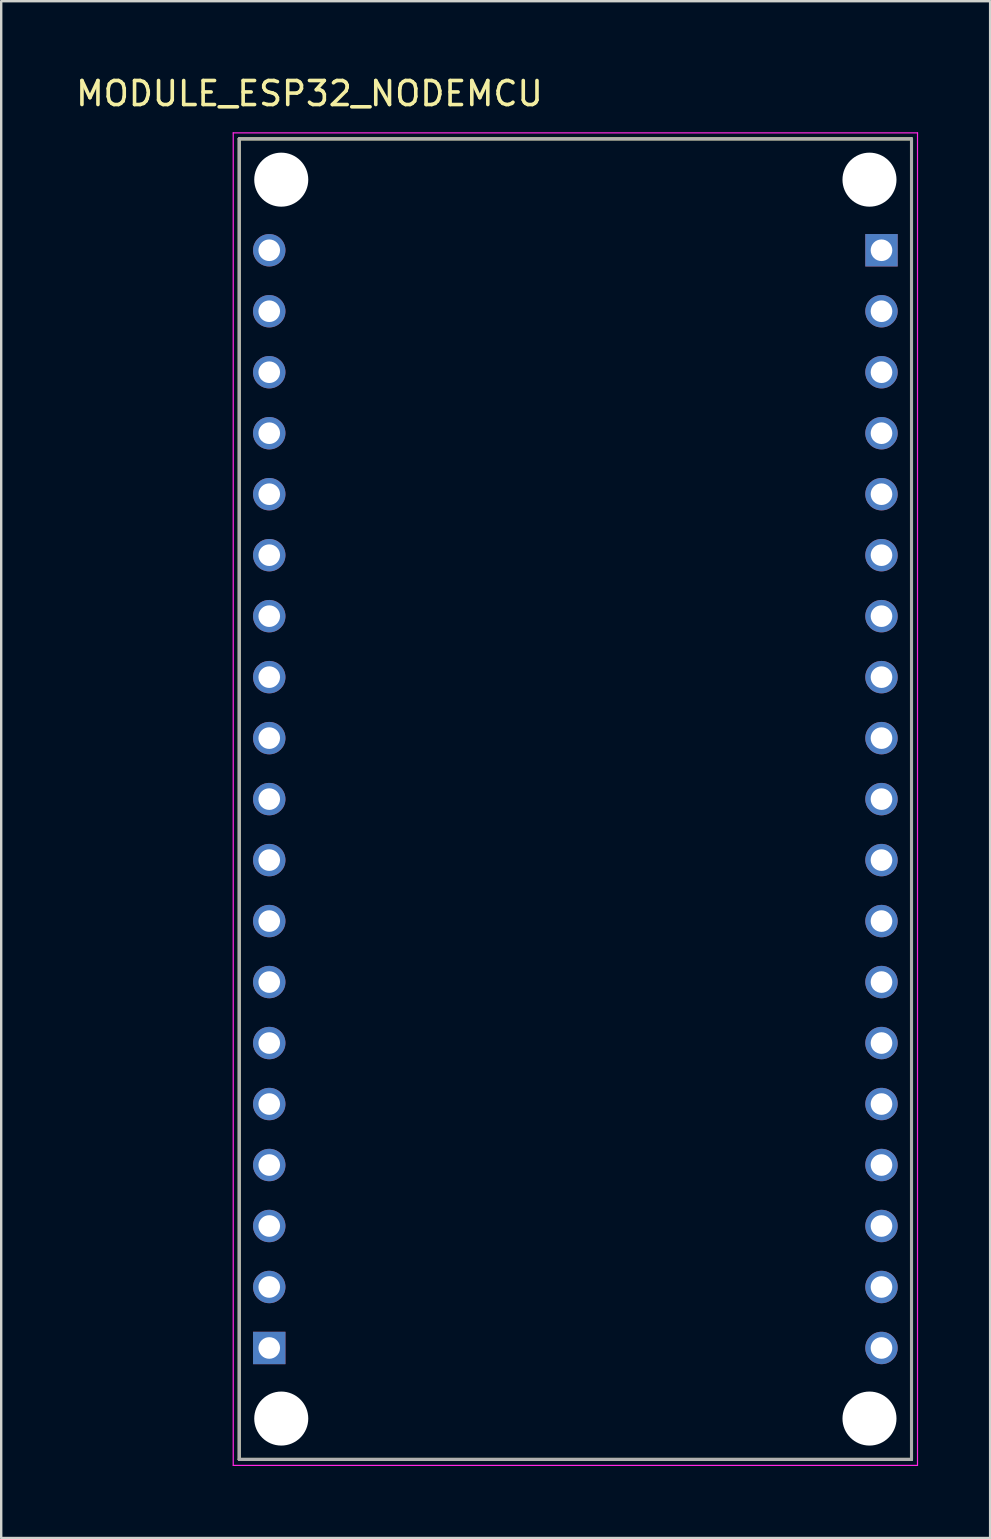
<source format=kicad_pcb>
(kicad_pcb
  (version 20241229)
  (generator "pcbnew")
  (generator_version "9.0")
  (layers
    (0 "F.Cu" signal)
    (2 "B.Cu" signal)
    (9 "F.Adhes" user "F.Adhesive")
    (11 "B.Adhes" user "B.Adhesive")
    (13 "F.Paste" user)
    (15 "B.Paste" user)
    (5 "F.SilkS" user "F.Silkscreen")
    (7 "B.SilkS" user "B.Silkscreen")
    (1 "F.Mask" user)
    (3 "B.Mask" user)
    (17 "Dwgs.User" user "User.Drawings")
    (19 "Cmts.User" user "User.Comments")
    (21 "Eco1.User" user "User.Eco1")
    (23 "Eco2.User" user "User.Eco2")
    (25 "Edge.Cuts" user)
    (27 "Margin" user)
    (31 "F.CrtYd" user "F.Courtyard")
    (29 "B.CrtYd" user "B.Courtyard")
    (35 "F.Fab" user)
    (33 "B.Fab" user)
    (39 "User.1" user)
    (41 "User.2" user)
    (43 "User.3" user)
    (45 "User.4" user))
  (footprint "MODULE_ESP32_NODEMCU"
    (layer "F.Cu")
    (at 20.914 30.233)
    (property "Reference" "MODULE_ESP32_NODEMCU" (at -11.075 -29.385 180) (layer "F.SilkS") (effects (font (size 1 1) (thickness 0.15))))
    (attr through_hole)
    (fp_line (start -14 27.5) (end -14 -27.5) (stroke (width 0.127) (type solid)) (layer "F.SilkS"))
    (fp_line (start 14 -27.5) (end -14 -27.5) (stroke (width 0.127) (type solid)) (layer "F.SilkS"))
    (fp_line (start 14 27.5) (end -14 27.5) (stroke (width 0.127) (type solid)) (layer "F.SilkS"))
    (fp_line (start 14 27.5) (end 14 -27.5) (stroke (width 0.127) (type solid)) (layer "F.SilkS"))
    (fp_line (start -14.25 -27.75) (end 14.25 -27.75) (stroke (width 0.05) (type solid)) (layer "F.CrtYd"))
    (fp_line (start -14.25 27.75) (end -14.25 -27.75) (stroke (width 0.05) (type solid)) (layer "F.CrtYd"))
    (fp_line (start 14.25 -27.75) (end 14.25 27.75) (stroke (width 0.05) (type solid)) (layer "F.CrtYd"))
    (fp_line (start 14.25 27.75) (end -14.25 27.75) (stroke (width 0.05) (type solid)) (layer "F.CrtYd"))
    (fp_line (start -14 -27.5) (end -14 27.5) (stroke (width 0.127) (type solid)) (layer "F.Fab"))
    (fp_line (start -14 27.5) (end 14 27.5) (stroke (width 0.127) (type solid)) (layer "F.Fab"))
    (fp_line (start 14 -27.5) (end -14 -27.5) (stroke (width 0.127) (type solid)) (layer "F.Fab"))
    (fp_line (start 14 27.5) (end 14 -27.5) (stroke (width 0.127) (type solid)) (layer "F.Fab"))
    (pad "" np_thru_hole circle (at -12.25 -25.8) (size 2.25 2.25) (drill 2.25) (layers "*.Cu" "*.Mask"))
    (pad "" np_thru_hole circle (at -12.25 25.8) (size 2.25 2.25) (drill 2.25) (layers "*.Cu" "*.Mask"))
    (pad "" np_thru_hole circle (at 12.25 -25.8) (size 2.25 2.25) (drill 2.25) (layers "*.Cu" "*.Mask"))
    (pad "" np_thru_hole circle (at 12.25 25.8) (size 2.25 2.25) (drill 2.25) (layers "*.Cu" "*.Mask"))
    (pad "J4_1" thru_hole rect (at 12.75 -22.86) (size 1.35 1.35) (drill 0.9) (layers "*.Cu" "*.Mask"))
    (pad "J4_2" thru_hole circle (at 12.75 -20.32) (size 1.35 1.35) (drill 0.9) (layers "*.Cu" "*.Mask"))
    (pad "J4_3" thru_hole circle (at 12.75 -17.78) (size 1.35 1.35) (drill 0.9) (layers "*.Cu" "*.Mask"))
    (pad "J4_4" thru_hole circle (at 12.75 -15.24) (size 1.35 1.35) (drill 0.9) (layers "*.Cu" "*.Mask"))
    (pad "J4_5" thru_hole circle (at 12.75 -12.7) (size 1.35 1.35) (drill 0.9) (layers "*.Cu" "*.Mask"))
    (pad "J4_6" thru_hole circle (at 12.75 -10.16) (size 1.35 1.35) (drill 0.9) (layers "*.Cu" "*.Mask"))
    (pad "J4_7" thru_hole circle (at 12.75 -7.62) (size 1.35 1.35) (drill 0.9) (layers "*.Cu" "*.Mask"))
    (pad "J4_8" thru_hole circle (at 12.75 -5.08) (size 1.35 1.35) (drill 0.9) (layers "*.Cu" "*.Mask"))
    (pad "J4_9" thru_hole circle (at 12.75 -2.54) (size 1.35 1.35) (drill 0.9) (layers "*.Cu" "*.Mask"))
    (pad "J4_10" thru_hole circle (at 12.75 0) (size 1.35 1.35) (drill 0.9) (layers "*.Cu" "*.Mask"))
    (pad "J4_11" thru_hole circle (at 12.75 2.54) (size 1.35 1.35) (drill 0.9) (layers "*.Cu" "*.Mask"))
    (pad "J4_12" thru_hole circle (at 12.75 5.08) (size 1.35 1.35) (drill 0.9) (layers "*.Cu" "*.Mask"))
    (pad "J4_13" thru_hole circle (at 12.75 7.62) (size 1.35 1.35) (drill 0.9) (layers "*.Cu" "*.Mask"))
    (pad "J4_14" thru_hole circle (at 12.75 10.16) (size 1.35 1.35) (drill 0.9) (layers "*.Cu" "*.Mask"))
    (pad "J4_15" thru_hole circle (at 12.75 12.7) (size 1.35 1.35) (drill 0.9) (layers "*.Cu" "*.Mask"))
    (pad "J4_16" thru_hole circle (at 12.75 15.24) (size 1.35 1.35) (drill 0.9) (layers "*.Cu" "*.Mask"))
    (pad "J4_17" thru_hole circle (at 12.75 17.78) (size 1.35 1.35) (drill 0.9) (layers "*.Cu" "*.Mask"))
    (pad "J4_18" thru_hole circle (at 12.75 20.32) (size 1.35 1.35) (drill 0.9) (layers "*.Cu" "*.Mask"))
    (pad "J4_19" thru_hole circle (at 12.75 22.86) (size 1.35 1.35) (drill 0.9) (layers "*.Cu" "*.Mask"))
    (pad "J5_1" thru_hole rect (at -12.75 22.86) (size 1.35 1.35) (drill 0.9) (layers "*.Cu" "*.Mask"))
    (pad "J5_2" thru_hole circle (at -12.75 20.32) (size 1.35 1.35) (drill 0.9) (layers "*.Cu" "*.Mask"))
    (pad "J5_3" thru_hole circle (at -12.75 17.78) (size 1.35 1.35) (drill 0.9) (layers "*.Cu" "*.Mask"))
    (pad "J5_4" thru_hole circle (at -12.75 15.24) (size 1.35 1.35) (drill 0.9) (layers "*.Cu" "*.Mask"))
    (pad "J5_5" thru_hole circle (at -12.75 12.7) (size 1.35 1.35) (drill 0.9) (layers "*.Cu" "*.Mask"))
    (pad "J5_6" thru_hole circle (at -12.75 10.16) (size 1.35 1.35) (drill 0.9) (layers "*.Cu" "*.Mask"))
    (pad "J5_7" thru_hole circle (at -12.75 7.62) (size 1.35 1.35) (drill 0.9) (layers "*.Cu" "*.Mask"))
    (pad "J5_8" thru_hole circle (at -12.75 5.08) (size 1.35 1.35) (drill 0.9) (layers "*.Cu" "*.Mask"))
    (pad "J5_9" thru_hole circle (at -12.75 2.54) (size 1.35 1.35) (drill 0.9) (layers "*.Cu" "*.Mask"))
    (pad "J5_10" thru_hole circle (at -12.75 0) (size 1.35 1.35) (drill 0.9) (layers "*.Cu" "*.Mask"))
    (pad "J5_11" thru_hole circle (at -12.75 -2.54) (size 1.35 1.35) (drill 0.9) (layers "*.Cu" "*.Mask"))
    (pad "J5_12" thru_hole circle (at -12.75 -5.08) (size 1.35 1.35) (drill 0.9) (layers "*.Cu" "*.Mask"))
    (pad "J5_13" thru_hole circle (at -12.75 -7.62) (size 1.35 1.35) (drill 0.9) (layers "*.Cu" "*.Mask"))
    (pad "J5_14" thru_hole circle (at -12.75 -10.16) (size 1.35 1.35) (drill 0.9) (layers "*.Cu" "*.Mask"))
    (pad "J5_15" thru_hole circle (at -12.75 -12.7) (size 1.35 1.35) (drill 0.9) (layers "*.Cu" "*.Mask"))
    (pad "J5_16" thru_hole circle (at -12.75 -15.24) (size 1.35 1.35) (drill 0.9) (layers "*.Cu" "*.Mask"))
    (pad "J5_17" thru_hole circle (at -12.75 -17.78) (size 1.35 1.35) (drill 0.9) (layers "*.Cu" "*.Mask"))
    (pad "J5_18" thru_hole circle (at -12.75 -20.32) (size 1.35 1.35) (drill 0.9) (layers "*.Cu" "*.Mask"))
    (pad "J5_19" thru_hole circle (at -12.75 -22.86) (size 1.35 1.35) (drill 0.9) (layers "*.Cu" "*.Mask")))
  (gr_rect
    (start -3 -3)
    (end 38.189 61.008)
    (stroke (width 0.1) (type default))
    (fill no)
    (layer "Edge.Cuts")))
</source>
